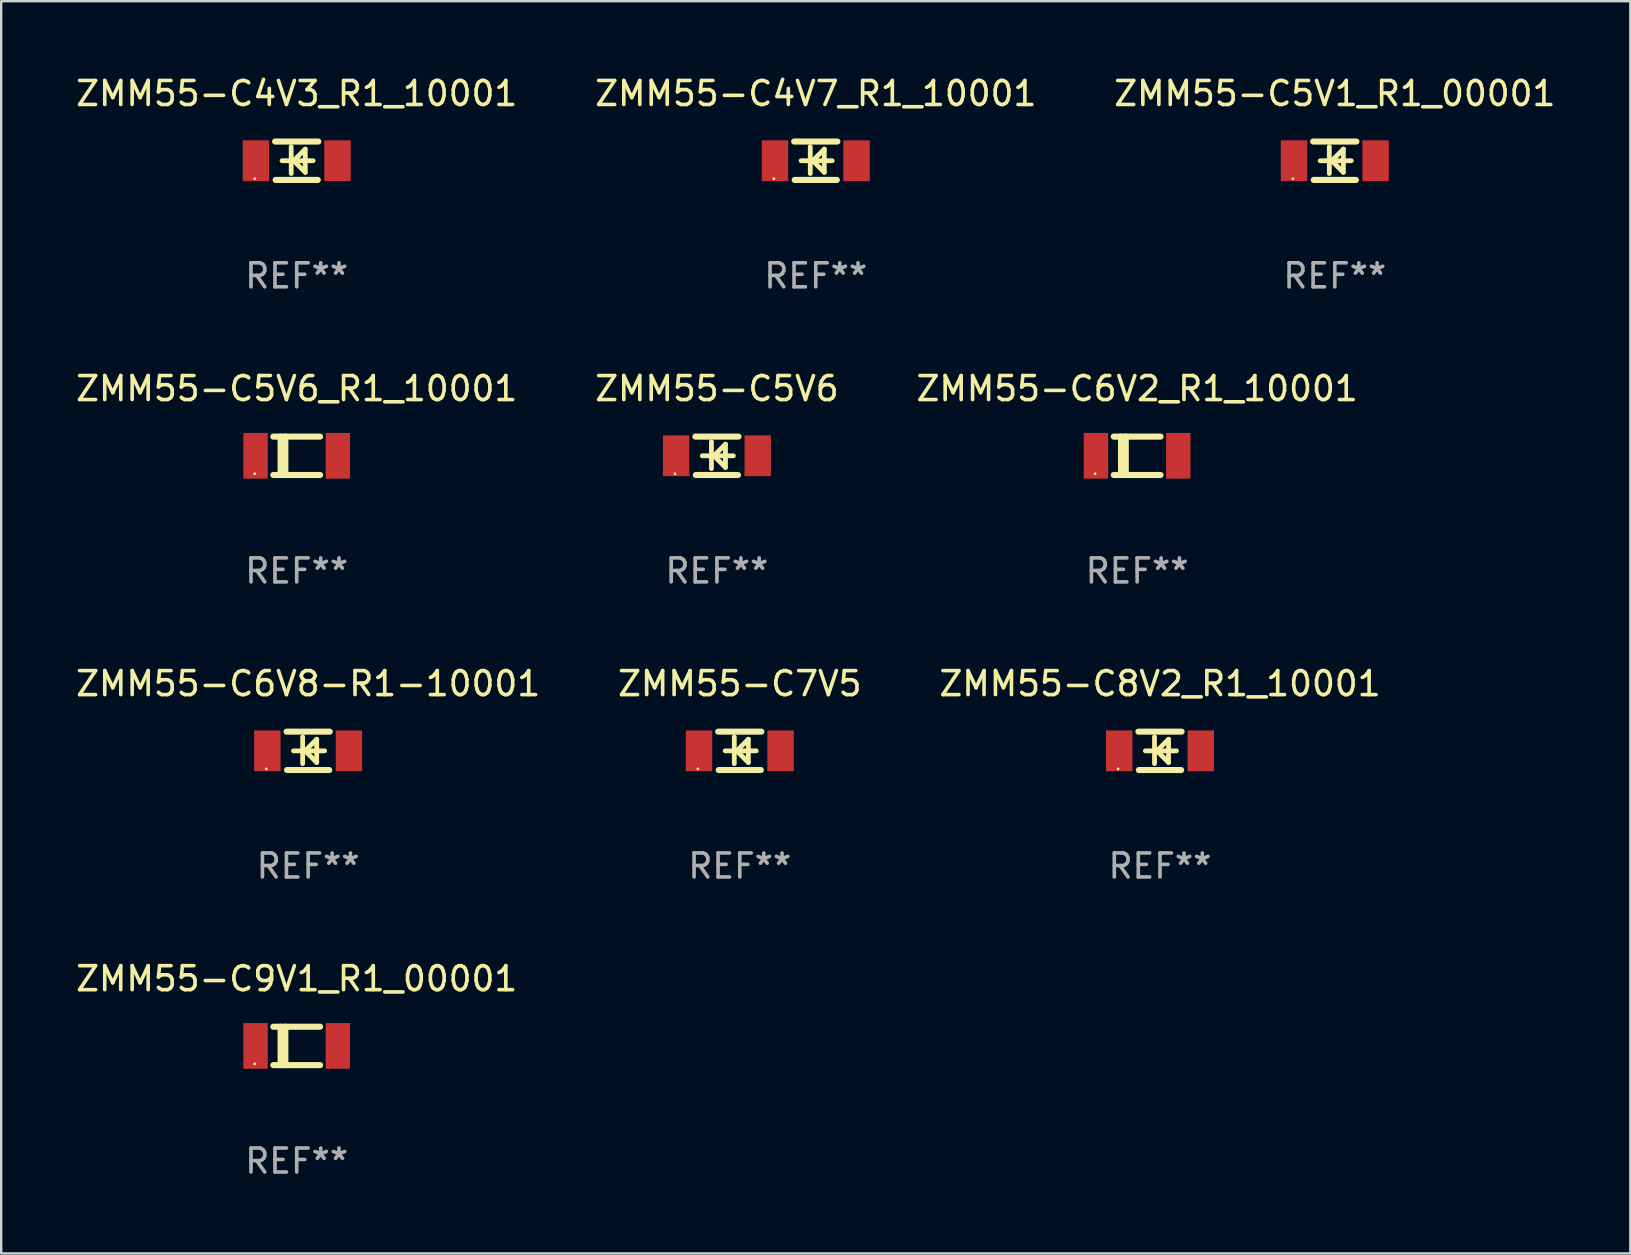
<source format=kicad_pcb>
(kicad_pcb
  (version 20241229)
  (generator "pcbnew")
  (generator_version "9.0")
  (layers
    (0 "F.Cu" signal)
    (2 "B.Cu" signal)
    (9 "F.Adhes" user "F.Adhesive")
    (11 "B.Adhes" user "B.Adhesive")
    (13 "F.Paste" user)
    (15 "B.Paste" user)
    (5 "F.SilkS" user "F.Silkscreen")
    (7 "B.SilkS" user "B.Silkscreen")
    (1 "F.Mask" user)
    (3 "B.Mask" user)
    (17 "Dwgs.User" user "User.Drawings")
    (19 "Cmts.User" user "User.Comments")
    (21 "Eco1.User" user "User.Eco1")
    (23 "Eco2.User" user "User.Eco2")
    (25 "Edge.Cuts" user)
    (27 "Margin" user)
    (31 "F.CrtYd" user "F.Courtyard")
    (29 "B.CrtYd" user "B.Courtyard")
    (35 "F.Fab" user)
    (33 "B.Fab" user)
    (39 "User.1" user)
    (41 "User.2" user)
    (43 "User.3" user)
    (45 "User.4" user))
  (footprint "ZMM55-C9V1_R1_00001"
    (layer "F.Cu")
    (at 9.315 40.538)
    (property "Reference" "ZMM55-C9V1_R1_00001" (at 0 -2.8 0) (layer "F.SilkS") (effects (font (size 1 1) (thickness 0.15))))
    (attr through_hole)
    (fp_line (start -0.975 -0.8) (end 0.975 -0.8) (stroke (width 0.254) (type solid)) (layer "F.SilkS"))
    (fp_line (start -0.975 0.8) (end 0.975 0.8) (stroke (width 0.254) (type solid)) (layer "F.SilkS"))
    (fp_line (start -0.671 -0.8) (end -0.671 0.8) (stroke (width 0.254) (type solid)) (layer "F.SilkS"))
    (fp_line (start -0.474 -0.8) (end -0.474 0.8) (stroke (width 0.254) (type solid)) (layer "F.SilkS"))
    (fp_circle (center -1.75 0.75) (end -1.72 0.75) (stroke (width 0.06) (type solid)) (fill no) (layer "F.SilkS"))
    (fp_text user "REF**" (at 0 4.8 0) (layer "F.Fab") (effects (font (size 1 1) (thickness 0.15))))
    (pad "1" smd rect (at -1.715 0 180) (size 1.016 1.905) (layers "F.Cu" "F.Mask" "F.Paste"))
    (pad "2" smd rect (at 1.715 0 180) (size 1.016 1.905) (layers "F.Cu" "F.Mask" "F.Paste")))
  (footprint "ZMM55-C5V6"
    (layer "F.Cu")
    (at 26.827 15.945)
    (property "Reference" "ZMM55-C5V6" (at 0 -2.8 0) (layer "F.SilkS") (effects (font (size 1 1) (thickness 0.15))))
    (attr through_hole)
    (fp_line (start -0.9 -0.8) (end 0.9 -0.8) (stroke (width 0.254) (type solid)) (layer "F.SilkS"))
    (fp_line (start -0.878 0.8) (end 0.878 0.8) (stroke (width 0.254) (type solid)) (layer "F.SilkS"))
    (fp_line (start -0.61 0) (end 0.686 0) (stroke (width 0.2) (type solid)) (layer "F.SilkS"))
    (fp_line (start -0.229 -0.584) (end -0.229 0.533) (stroke (width 0.2) (type solid)) (layer "F.SilkS"))
    (fp_line (start -0.127 0) (end 0.356 -0.483) (stroke (width 0.2) (type solid)) (layer "F.SilkS"))
    (fp_line (start 0.356 -0.483) (end 0.356 0.483) (stroke (width 0.2) (type solid)) (layer "F.SilkS"))
    (fp_line (start 0.356 0.483) (end -0.102 0.025) (stroke (width 0.2) (type solid)) (layer "F.SilkS"))
    (fp_circle (center -1.746 0.75) (end -1.716 0.75) (stroke (width 0.06) (type solid)) (fill no) (layer "F.SilkS"))
    (fp_text user "REF**" (at 0 4.8 0) (layer "F.Fab") (effects (font (size 1 1) (thickness 0.15))))
    (pad "1" smd rect (at -1.7 0 180) (size 1.1 1.7) (layers "F.Cu" "F.Mask" "F.Paste"))
    (pad "2" smd rect (at 1.7 0 180) (size 1.1 1.7) (layers "F.Cu" "F.Mask" "F.Paste")))
  (footprint "ZMM55-C6V8-R1-10001"
    (layer "F.Cu")
    (at 9.792 28.241)
    (property "Reference" "ZMM55-C6V8-R1-10001" (at 0 -2.8 0) (layer "F.SilkS") (effects (font (size 1 1) (thickness 0.15))))
    (attr through_hole)
    (fp_line (start -0.9 -0.8) (end 0.9 -0.8) (stroke (width 0.254) (type solid)) (layer "F.SilkS"))
    (fp_line (start -0.878 0.8) (end 0.878 0.8) (stroke (width 0.254) (type solid)) (layer "F.SilkS"))
    (fp_line (start -0.61 0) (end 0.686 0) (stroke (width 0.2) (type solid)) (layer "F.SilkS"))
    (fp_line (start -0.229 -0.584) (end -0.229 0.533) (stroke (width 0.2) (type solid)) (layer "F.SilkS"))
    (fp_line (start -0.127 0) (end 0.356 -0.483) (stroke (width 0.2) (type solid)) (layer "F.SilkS"))
    (fp_line (start 0.356 -0.483) (end 0.356 0.483) (stroke (width 0.2) (type solid)) (layer "F.SilkS"))
    (fp_line (start 0.356 0.483) (end -0.102 0.025) (stroke (width 0.2) (type solid)) (layer "F.SilkS"))
    (fp_circle (center -1.746 0.75) (end -1.716 0.75) (stroke (width 0.06) (type solid)) (fill no) (layer "F.SilkS"))
    (fp_text user "REF**" (at 0 4.8 0) (layer "F.Fab") (effects (font (size 1 1) (thickness 0.15))))
    (pad "1" smd rect (at -1.7 0 180) (size 1.1 1.7) (layers "F.Cu" "F.Mask" "F.Paste"))
    (pad "2" smd rect (at 1.7 0 180) (size 1.1 1.7) (layers "F.Cu" "F.Mask" "F.Paste")))
  (footprint "ZMM55-C4V3_R1_10001"
    (layer "F.Cu")
    (at 9.315 3.648)
    (property "Reference" "ZMM55-C4V3_R1_10001" (at 0 -2.8 0) (layer "F.SilkS") (effects (font (size 1 1) (thickness 0.15))))
    (attr through_hole)
    (fp_line (start -0.9 -0.8) (end 0.9 -0.8) (stroke (width 0.254) (type solid)) (layer "F.SilkS"))
    (fp_line (start -0.878 0.8) (end 0.878 0.8) (stroke (width 0.254) (type solid)) (layer "F.SilkS"))
    (fp_line (start -0.61 0) (end 0.686 0) (stroke (width 0.2) (type solid)) (layer "F.SilkS"))
    (fp_line (start -0.229 -0.584) (end -0.229 0.533) (stroke (width 0.2) (type solid)) (layer "F.SilkS"))
    (fp_line (start -0.127 0) (end 0.356 -0.483) (stroke (width 0.2) (type solid)) (layer "F.SilkS"))
    (fp_line (start 0.356 -0.483) (end 0.356 0.483) (stroke (width 0.2) (type solid)) (layer "F.SilkS"))
    (fp_line (start 0.356 0.483) (end -0.102 0.025) (stroke (width 0.2) (type solid)) (layer "F.SilkS"))
    (fp_circle (center -1.746 0.75) (end -1.716 0.75) (stroke (width 0.06) (type solid)) (fill no) (layer "F.SilkS"))
    (fp_text user "REF**" (at 0 4.8 0) (layer "F.Fab") (effects (font (size 1 1) (thickness 0.15))))
    (pad "1" smd rect (at -1.7 0 180) (size 1.1 1.7) (layers "F.Cu" "F.Mask" "F.Paste"))
    (pad "2" smd rect (at 1.7 0 180) (size 1.1 1.7) (layers "F.Cu" "F.Mask" "F.Paste")))
  (footprint "ZMM55-C8V2_R1_10001"
    (layer "F.Cu")
    (at 45.292 28.241)
    (property "Reference" "ZMM55-C8V2_R1_10001" (at 0 -2.8 0) (layer "F.SilkS") (effects (font (size 1 1) (thickness 0.15))))
    (attr through_hole)
    (fp_line (start -0.9 -0.8) (end 0.9 -0.8) (stroke (width 0.254) (type solid)) (layer "F.SilkS"))
    (fp_line (start -0.878 0.8) (end 0.878 0.8) (stroke (width 0.254) (type solid)) (layer "F.SilkS"))
    (fp_line (start -0.61 0) (end 0.686 0) (stroke (width 0.2) (type solid)) (layer "F.SilkS"))
    (fp_line (start -0.229 -0.584) (end -0.229 0.533) (stroke (width 0.2) (type solid)) (layer "F.SilkS"))
    (fp_line (start -0.127 0) (end 0.356 -0.483) (stroke (width 0.2) (type solid)) (layer "F.SilkS"))
    (fp_line (start 0.356 -0.483) (end 0.356 0.483) (stroke (width 0.2) (type solid)) (layer "F.SilkS"))
    (fp_line (start 0.356 0.483) (end -0.102 0.025) (stroke (width 0.2) (type solid)) (layer "F.SilkS"))
    (fp_circle (center -1.746 0.75) (end -1.716 0.75) (stroke (width 0.06) (type solid)) (fill no) (layer "F.SilkS"))
    (fp_text user "REF**" (at 0 4.8 0) (layer "F.Fab") (effects (font (size 1 1) (thickness 0.15))))
    (pad "1" smd rect (at -1.7 0 180) (size 1.1 1.7) (layers "F.Cu" "F.Mask" "F.Paste"))
    (pad "2" smd rect (at 1.7 0 180) (size 1.1 1.7) (layers "F.Cu" "F.Mask" "F.Paste")))
  (footprint "ZMM55-C6V2_R1_10001"
    (layer "F.Cu")
    (at 44.339 15.945)
    (property "Reference" "ZMM55-C6V2_R1_10001" (at 0 -2.8 0) (layer "F.SilkS") (effects (font (size 1 1) (thickness 0.15))))
    (attr through_hole)
    (fp_line (start -0.975 -0.8) (end 0.975 -0.8) (stroke (width 0.254) (type solid)) (layer "F.SilkS"))
    (fp_line (start -0.975 0.8) (end 0.975 0.8) (stroke (width 0.254) (type solid)) (layer "F.SilkS"))
    (fp_line (start -0.671 -0.8) (end -0.671 0.8) (stroke (width 0.254) (type solid)) (layer "F.SilkS"))
    (fp_line (start -0.474 -0.8) (end -0.474 0.8) (stroke (width 0.254) (type solid)) (layer "F.SilkS"))
    (fp_circle (center -1.75 0.75) (end -1.72 0.75) (stroke (width 0.06) (type solid)) (fill no) (layer "F.SilkS"))
    (fp_text user "REF**" (at 0 4.8 0) (layer "F.Fab") (effects (font (size 1 1) (thickness 0.15))))
    (pad "1" smd rect (at -1.715 0 180) (size 1.016 1.905) (layers "F.Cu" "F.Mask" "F.Paste"))
    (pad "2" smd rect (at 1.715 0 180) (size 1.016 1.905) (layers "F.Cu" "F.Mask" "F.Paste")))
  (footprint "ZMM55-C7V5"
    (layer "F.Cu")
    (at 27.78 28.241)
    (property "Reference" "ZMM55-C7V5" (at 0 -2.8 0) (layer "F.SilkS") (effects (font (size 1 1) (thickness 0.15))))
    (attr through_hole)
    (fp_line (start -0.9 -0.8) (end 0.9 -0.8) (stroke (width 0.254) (type solid)) (layer "F.SilkS"))
    (fp_line (start -0.878 0.8) (end 0.878 0.8) (stroke (width 0.254) (type solid)) (layer "F.SilkS"))
    (fp_line (start -0.61 0) (end 0.686 0) (stroke (width 0.2) (type solid)) (layer "F.SilkS"))
    (fp_line (start -0.229 -0.584) (end -0.229 0.533) (stroke (width 0.2) (type solid)) (layer "F.SilkS"))
    (fp_line (start -0.127 0) (end 0.356 -0.483) (stroke (width 0.2) (type solid)) (layer "F.SilkS"))
    (fp_line (start 0.356 -0.483) (end 0.356 0.483) (stroke (width 0.2) (type solid)) (layer "F.SilkS"))
    (fp_line (start 0.356 0.483) (end -0.102 0.025) (stroke (width 0.2) (type solid)) (layer "F.SilkS"))
    (fp_circle (center -1.746 0.75) (end -1.716 0.75) (stroke (width 0.06) (type solid)) (fill no) (layer "F.SilkS"))
    (fp_text user "REF**" (at 0 4.8 0) (layer "F.Fab") (effects (font (size 1 1) (thickness 0.15))))
    (pad "1" smd rect (at -1.7 0 180) (size 1.1 1.7) (layers "F.Cu" "F.Mask" "F.Paste"))
    (pad "2" smd rect (at 1.7 0 180) (size 1.1 1.7) (layers "F.Cu" "F.Mask" "F.Paste")))
  (footprint "ZMM55-C5V1_R1_00001"
    (layer "F.Cu")
    (at 52.577 3.648)
    (property "Reference" "ZMM55-C5V1_R1_00001" (at 0 -2.8 0) (layer "F.SilkS") (effects (font (size 1 1) (thickness 0.15))))
    (attr through_hole)
    (fp_line (start -0.9 -0.8) (end 0.9 -0.8) (stroke (width 0.254) (type solid)) (layer "F.SilkS"))
    (fp_line (start -0.878 0.8) (end 0.878 0.8) (stroke (width 0.254) (type solid)) (layer "F.SilkS"))
    (fp_line (start -0.61 0) (end 0.686 0) (stroke (width 0.2) (type solid)) (layer "F.SilkS"))
    (fp_line (start -0.229 -0.584) (end -0.229 0.533) (stroke (width 0.2) (type solid)) (layer "F.SilkS"))
    (fp_line (start -0.127 0) (end 0.356 -0.483) (stroke (width 0.2) (type solid)) (layer "F.SilkS"))
    (fp_line (start 0.356 -0.483) (end 0.356 0.483) (stroke (width 0.2) (type solid)) (layer "F.SilkS"))
    (fp_line (start 0.356 0.483) (end -0.102 0.025) (stroke (width 0.2) (type solid)) (layer "F.SilkS"))
    (fp_circle (center -1.746 0.75) (end -1.716 0.75) (stroke (width 0.06) (type solid)) (fill no) (layer "F.SilkS"))
    (fp_text user "REF**" (at 0 4.8 0) (layer "F.Fab") (effects (font (size 1 1) (thickness 0.15))))
    (pad "1" smd rect (at -1.7 0 180) (size 1.1 1.7) (layers "F.Cu" "F.Mask" "F.Paste"))
    (pad "2" smd rect (at 1.7 0 180) (size 1.1 1.7) (layers "F.Cu" "F.Mask" "F.Paste")))
  (footprint "ZMM55-C5V6_R1_10001"
    (layer "F.Cu")
    (at 9.315 15.945)
    (property "Reference" "ZMM55-C5V6_R1_10001" (at 0 -2.8 0) (layer "F.SilkS") (effects (font (size 1 1) (thickness 0.15))))
    (attr through_hole)
    (fp_line (start -0.975 -0.8) (end 0.975 -0.8) (stroke (width 0.254) (type solid)) (layer "F.SilkS"))
    (fp_line (start -0.975 0.8) (end 0.975 0.8) (stroke (width 0.254) (type solid)) (layer "F.SilkS"))
    (fp_line (start -0.671 -0.8) (end -0.671 0.8) (stroke (width 0.254) (type solid)) (layer "F.SilkS"))
    (fp_line (start -0.474 -0.8) (end -0.474 0.8) (stroke (width 0.254) (type solid)) (layer "F.SilkS"))
    (fp_circle (center -1.75 0.75) (end -1.72 0.75) (stroke (width 0.06) (type solid)) (fill no) (layer "F.SilkS"))
    (fp_text user "REF**" (at 0 4.8 0) (layer "F.Fab") (effects (font (size 1 1) (thickness 0.15))))
    (pad "1" smd rect (at -1.715 0 180) (size 1.016 1.905) (layers "F.Cu" "F.Mask" "F.Paste"))
    (pad "2" smd rect (at 1.715 0 180) (size 1.016 1.905) (layers "F.Cu" "F.Mask" "F.Paste")))
  (footprint "ZMM55-C4V7_R1_10001"
    (layer "F.Cu")
    (at 30.946 3.648)
    (property "Reference" "ZMM55-C4V7_R1_10001" (at 0 -2.8 0) (layer "F.SilkS") (effects (font (size 1 1) (thickness 0.15))))
    (attr through_hole)
    (fp_line (start -0.9 -0.8) (end 0.9 -0.8) (stroke (width 0.254) (type solid)) (layer "F.SilkS"))
    (fp_line (start -0.878 0.8) (end 0.878 0.8) (stroke (width 0.254) (type solid)) (layer "F.SilkS"))
    (fp_line (start -0.61 0) (end 0.686 0) (stroke (width 0.2) (type solid)) (layer "F.SilkS"))
    (fp_line (start -0.229 -0.584) (end -0.229 0.533) (stroke (width 0.2) (type solid)) (layer "F.SilkS"))
    (fp_line (start -0.127 0) (end 0.356 -0.483) (stroke (width 0.2) (type solid)) (layer "F.SilkS"))
    (fp_line (start 0.356 -0.483) (end 0.356 0.483) (stroke (width 0.2) (type solid)) (layer "F.SilkS"))
    (fp_line (start 0.356 0.483) (end -0.102 0.025) (stroke (width 0.2) (type solid)) (layer "F.SilkS"))
    (fp_circle (center -1.746 0.75) (end -1.716 0.75) (stroke (width 0.06) (type solid)) (fill no) (layer "F.SilkS"))
    (fp_text user "REF**" (at 0 4.8 0) (layer "F.Fab") (effects (font (size 1 1) (thickness 0.15))))
    (pad "1" smd rect (at -1.7 0 180) (size 1.1 1.7) (layers "F.Cu" "F.Mask" "F.Paste"))
    (pad "2" smd rect (at 1.7 0 180) (size 1.1 1.7) (layers "F.Cu" "F.Mask" "F.Paste")))
  (gr_rect
    (start -3 -3)
    (end 64.893 49.186)
    (stroke (width 0.1) (type default))
    (fill no)
    (layer "Edge.Cuts")))
</source>
